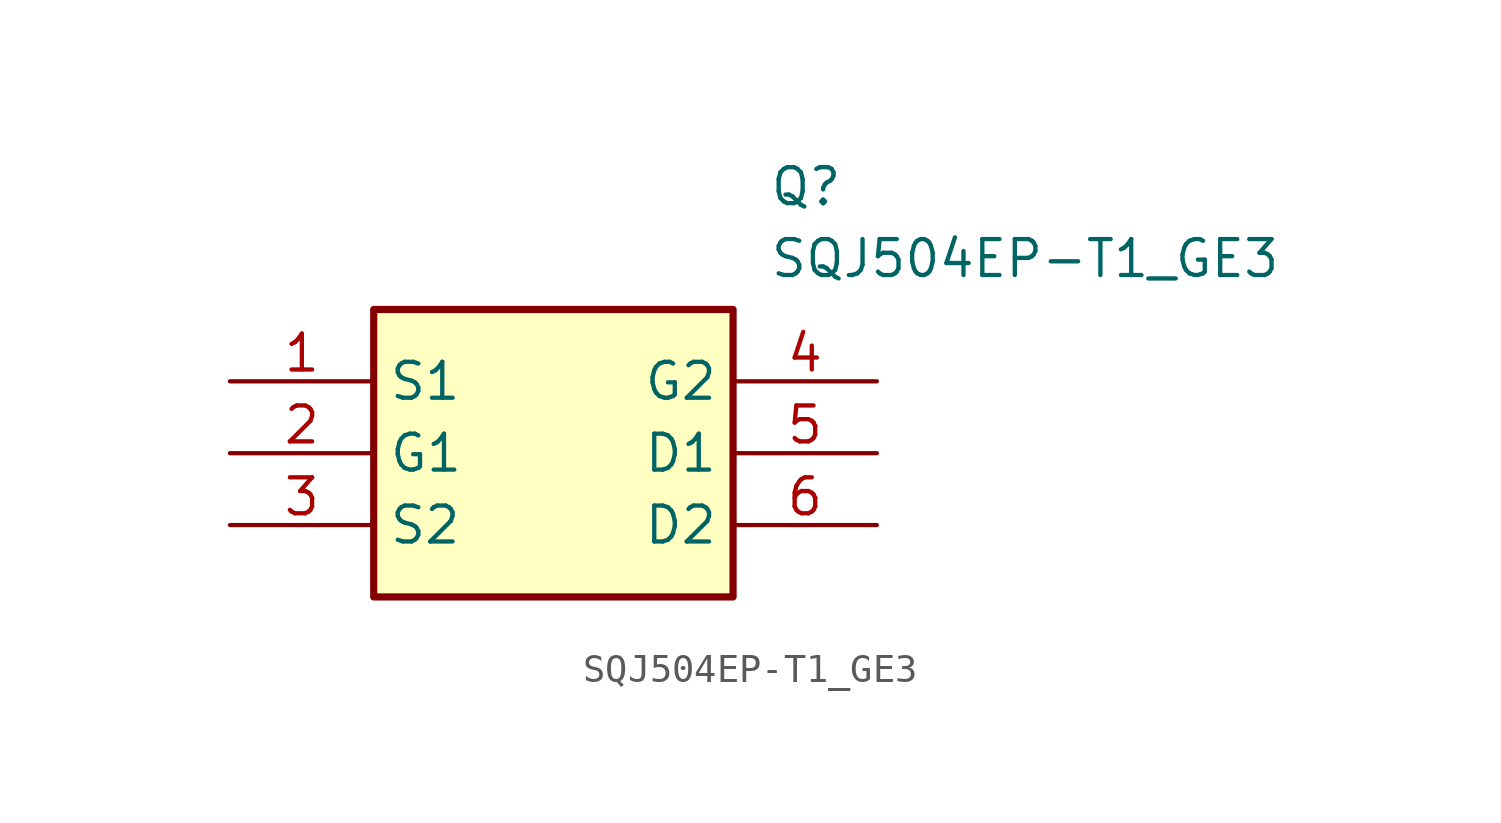
<source format=kicad_sym>
(kicad_symbol_lib
  (version 20211014)
  (generator SamacSys_ECAD_Model)
  (symbol "SQJ504EP-T1_GE3"
    (property "Reference" "Q"
      (at 19.05 7.62 0)
      (effects (font (size 1.27 1.27)) (justify left top)))
    (property "Value" "SQJ504EP-T1_GE3"
      (at 19.05 5.08 0)
      (effects (font (size 1.27 1.27)) (justify left top)))
    (rectangle
      (start 5.08 2.54)
      (end 17.78 -7.62)
      (stroke (width 0.254) (type default))
      (fill (type background)))
    (pin passive line
      (at 0 0 0)
      (length 5.08)
      (name "S1" (effects (font (size 1.27 1.27))))
      (number "1" (effects (font (size 1.27 1.27)))))
    (pin passive line
      (at 0 -2.54 0)
      (length 5.08)
      (name "G1" (effects (font (size 1.27 1.27))))
      (number "2" (effects (font (size 1.27 1.27)))))
    (pin passive line
      (at 0 -5.08 0)
      (length 5.08)
      (name "S2" (effects (font (size 1.27 1.27))))
      (number "3" (effects (font (size 1.27 1.27)))))
    (pin passive line
      (at 22.86 0 180)
      (length 5.08)
      (name "G2" (effects (font (size 1.27 1.27))))
      (number "4" (effects (font (size 1.27 1.27)))))
    (pin passive line
      (at 22.86 -2.54 180)
      (length 5.08)
      (name "D1" (effects (font (size 1.27 1.27))))
      (number "5" (effects (font (size 1.27 1.27)))))
    (pin passive line
      (at 22.86 -5.08 180)
      (length 5.08)
      (name "D2" (effects (font (size 1.27 1.27))))
      (number "6" (effects (font (size 1.27 1.27)))))))
</source>
